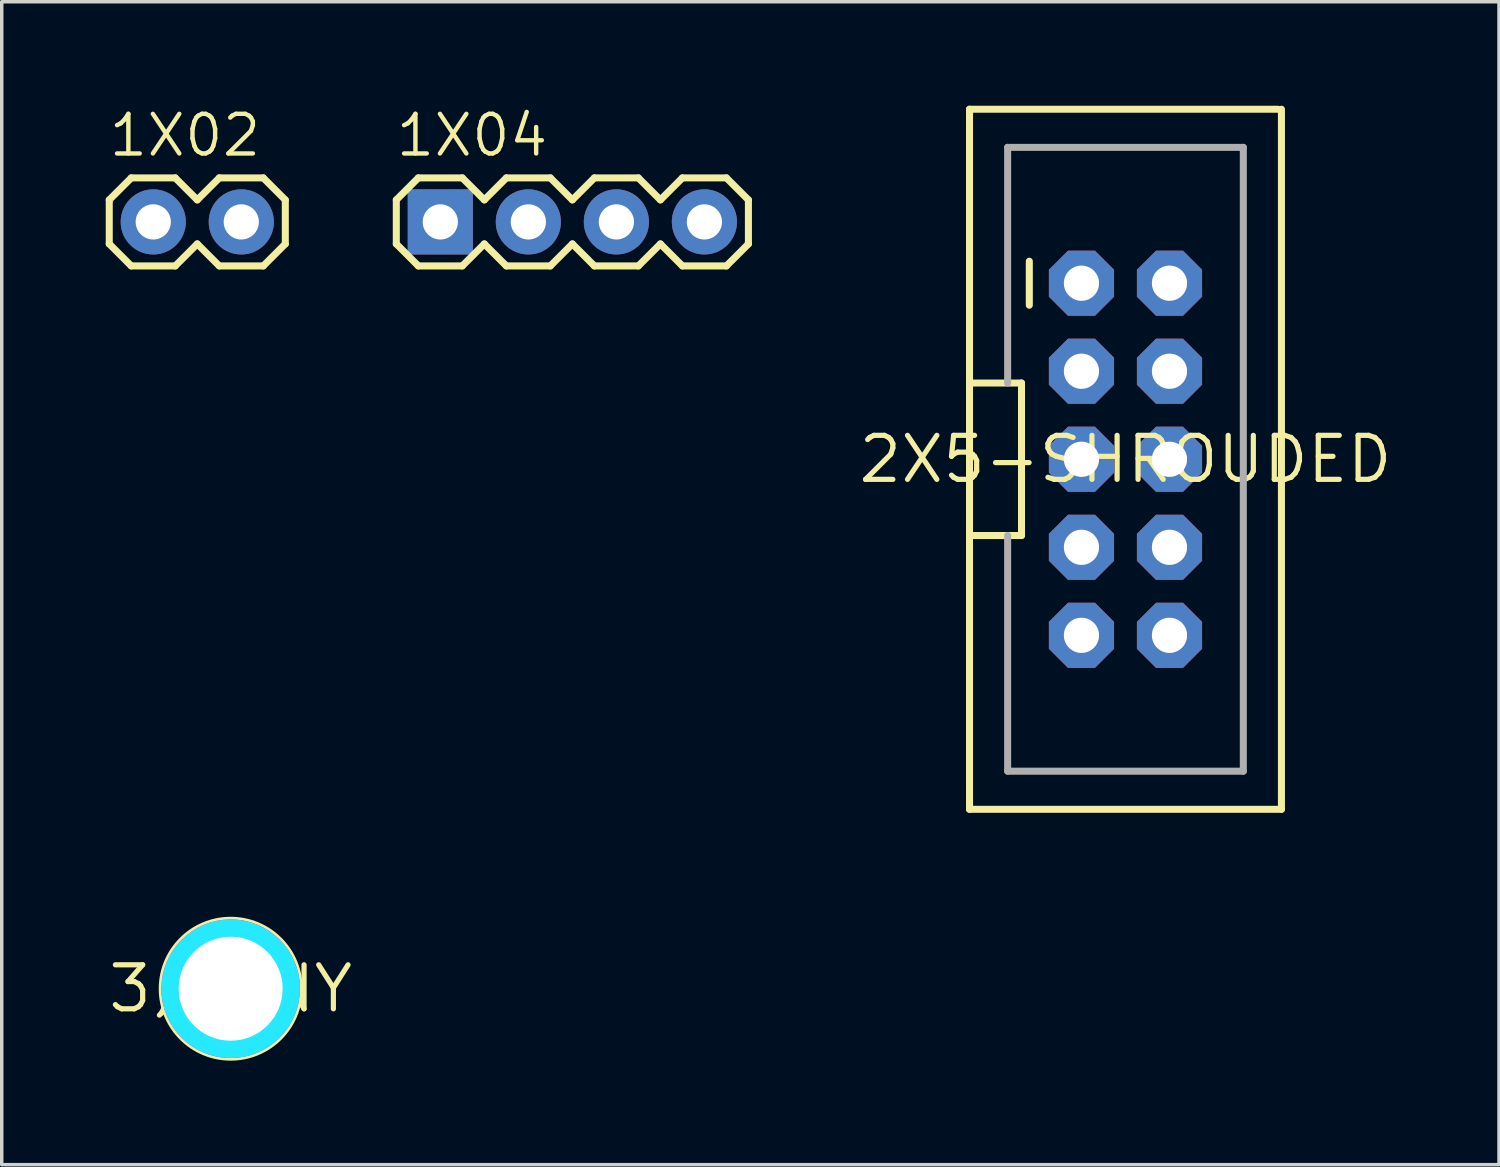
<source format=kicad_pcb>
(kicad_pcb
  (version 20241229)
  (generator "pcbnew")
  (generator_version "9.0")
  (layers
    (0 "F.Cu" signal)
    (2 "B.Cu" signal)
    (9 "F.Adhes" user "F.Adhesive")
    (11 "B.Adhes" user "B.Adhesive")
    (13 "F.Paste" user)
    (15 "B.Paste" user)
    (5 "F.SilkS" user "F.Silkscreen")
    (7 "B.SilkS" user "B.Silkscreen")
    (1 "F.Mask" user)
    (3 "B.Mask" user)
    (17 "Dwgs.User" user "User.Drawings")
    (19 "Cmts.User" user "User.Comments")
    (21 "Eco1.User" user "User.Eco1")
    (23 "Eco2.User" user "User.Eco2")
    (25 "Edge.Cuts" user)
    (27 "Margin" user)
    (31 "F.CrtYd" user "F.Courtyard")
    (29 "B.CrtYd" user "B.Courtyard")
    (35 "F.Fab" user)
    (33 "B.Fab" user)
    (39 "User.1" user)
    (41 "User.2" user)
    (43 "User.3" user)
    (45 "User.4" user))
  (footprint "1X04"
    (layer "F.Cu")
    (at 9.655 3.353)
    (property "Reference" "1X04" (at -1.346 -1.829 0) (layer "F.SilkS") (effects (font (size 1.143 1.143) (thickness 0.127)) (justify left bottom)))
    (fp_line (start -1.27 -0.635) (end -1.27 0.635) (stroke (width 0.203) (type solid)) (layer "F.SilkS"))
    (fp_line (start -1.27 0.635) (end -0.635 1.27) (stroke (width 0.203) (type solid)) (layer "F.SilkS"))
    (fp_line (start -0.635 -1.27) (end -1.27 -0.635) (stroke (width 0.203) (type solid)) (layer "F.SilkS"))
    (fp_line (start -0.635 -1.27) (end 0.635 -1.27) (stroke (width 0.203) (type solid)) (layer "F.SilkS"))
    (fp_line (start 0.635 -1.27) (end 1.27 -0.635) (stroke (width 0.203) (type solid)) (layer "F.SilkS"))
    (fp_line (start 0.635 1.27) (end -0.635 1.27) (stroke (width 0.203) (type solid)) (layer "F.SilkS"))
    (fp_line (start 1.27 -0.635) (end 1.905 -1.27) (stroke (width 0.203) (type solid)) (layer "F.SilkS"))
    (fp_line (start 1.27 0.635) (end 0.635 1.27) (stroke (width 0.203) (type solid)) (layer "F.SilkS"))
    (fp_line (start 1.905 -1.27) (end 3.175 -1.27) (stroke (width 0.203) (type solid)) (layer "F.SilkS"))
    (fp_line (start 1.905 1.27) (end 1.27 0.635) (stroke (width 0.203) (type solid)) (layer "F.SilkS"))
    (fp_line (start 3.175 -1.27) (end 3.81 -0.635) (stroke (width 0.203) (type solid)) (layer "F.SilkS"))
    (fp_line (start 3.175 1.27) (end 1.905 1.27) (stroke (width 0.203) (type solid)) (layer "F.SilkS"))
    (fp_line (start 3.81 -0.635) (end 4.445 -1.27) (stroke (width 0.203) (type solid)) (layer "F.SilkS"))
    (fp_line (start 3.81 0.635) (end 3.175 1.27) (stroke (width 0.203) (type solid)) (layer "F.SilkS"))
    (fp_line (start 4.445 -1.27) (end 5.715 -1.27) (stroke (width 0.203) (type solid)) (layer "F.SilkS"))
    (fp_line (start 4.445 1.27) (end 3.81 0.635) (stroke (width 0.203) (type solid)) (layer "F.SilkS"))
    (fp_line (start 5.715 -1.27) (end 6.35 -0.635) (stroke (width 0.203) (type solid)) (layer "F.SilkS"))
    (fp_line (start 5.715 1.27) (end 4.445 1.27) (stroke (width 0.203) (type solid)) (layer "F.SilkS"))
    (fp_line (start 6.35 0.635) (end 5.715 1.27) (stroke (width 0.203) (type solid)) (layer "F.SilkS"))
    (fp_line (start 6.35 0.635) (end 6.985 1.27) (stroke (width 0.203) (type solid)) (layer "F.SilkS"))
    (fp_line (start 6.985 -1.27) (end 6.35 -0.635) (stroke (width 0.203) (type solid)) (layer "F.SilkS"))
    (fp_line (start 6.985 -1.27) (end 8.255 -1.27) (stroke (width 0.203) (type solid)) (layer "F.SilkS"))
    (fp_line (start 8.255 -1.27) (end 8.89 -0.635) (stroke (width 0.203) (type solid)) (layer "F.SilkS"))
    (fp_line (start 8.255 1.27) (end 6.985 1.27) (stroke (width 0.203) (type solid)) (layer "F.SilkS"))
    (fp_line (start 8.89 -0.635) (end 8.89 0.635) (stroke (width 0.203) (type solid)) (layer "F.SilkS"))
    (fp_line (start 8.89 0.635) (end 8.255 1.27) (stroke (width 0.203) (type solid)) (layer "F.SilkS"))
    (fp_poly (pts (xy -0.254 0.254) (xy 0.254 0.254) (xy 0.254 -0.254) (xy -0.254 -0.254)) (stroke (width 0.1) (type solid)) (fill no) (layer "F.Fab"))
    (fp_poly (pts (xy 2.286 0.254) (xy 2.794 0.254) (xy 2.794 -0.254) (xy 2.286 -0.254)) (stroke (width 0.1) (type solid)) (fill no) (layer "F.Fab"))
    (fp_poly (pts (xy 4.826 0.254) (xy 5.334 0.254) (xy 5.334 -0.254) (xy 4.826 -0.254)) (stroke (width 0.1) (type solid)) (fill no) (layer "F.Fab"))
    (fp_poly (pts (xy 7.366 0.254) (xy 7.874 0.254) (xy 7.874 -0.254) (xy 7.366 -0.254)) (stroke (width 0.1) (type solid)) (fill no) (layer "F.Fab"))
    (pad "1" thru_hole rect (at 0 0 90) (size 1.88 1.88) (drill 1.016) (layers "*.Cu" "*.Mask"))
    (pad "2" thru_hole circle (at 2.54 0 90) (size 1.88 1.88) (drill 1.016) (layers "*.Cu" "*.Mask"))
    (pad "3" thru_hole circle (at 5.08 0 90) (size 1.88 1.88) (drill 1.016) (layers "*.Cu" "*.Mask"))
    (pad "4" thru_hole circle (at 7.62 0 90) (size 1.88 1.88) (drill 1.016) (layers "*.Cu" "*.Mask")))
  (footprint "3,0TINY"
    (layer "F.Cu")
    (at 3.606 25.479)
    (property "Reference" "3,0TINY" (at 0 0 0) (layer "F.SilkS") (effects (font (size 1.27 1.27) (thickness 0.15))))
    (fp_circle (center 0 0) (end 1.5 0) (stroke (width 0.203) (type solid)) (fill no) (layer "F.SilkS"))
    (fp_circle (center 0 0) (end 2 0) (stroke (width 0.152) (type solid)) (fill no) (layer "F.SilkS"))
    (fp_circle (center 0 0) (end 1 0) (stroke (width 2) (type solid)) (fill no) (layer "B.CrtYd"))
    (fp_circle (center 0 0) (end 1 0) (stroke (width 2) (type solid)) (fill no) (layer "F.CrtYd"))
    (fp_arc (start 0 -1.5) (mid 1.06066 -1.06066) (end 1.5 0) (stroke (width 1) (type solid)) (layer "F.Fab"))
    (fp_arc (start 0 1.5) (mid -1.06066 1.06066) (end -1.5 0) (stroke (width 1) (type solid)) (layer "F.Fab"))
    (fp_circle (center 0 0) (end 0.635 0) (stroke (width 0.457) (type solid)) (fill no) (layer "F.Fab"))
    (pad "" np_thru_hole circle (at 0 0) (size 3 3) (drill 3) (layers "*.Cu" "*.Mask"))
    (zone (net_name "") (layer "F.Cu") (hatch edge 0.508) (connect_pads) (min_thickness 0.254) (filled_areas_thickness no) (keepout (tracks not_allowed) (vias not_allowed) (pads not_allowed) (copperpour not_allowed) (footprints allowed)) (placement (enabled no)) (fill) (polygon (pts (xy 5.606 25.479) (xy 5.575 25.132) (xy 5.485 24.795) (xy 5.338 24.479) (xy 5.138 24.194) (xy 4.891 23.947) (xy 4.606 23.747) (xy 4.29 23.6) (xy 3.953 23.51) (xy 3.606 23.479) (xy 3.258 23.51) (xy 2.922 23.6) (xy 2.606 23.747) (xy 2.32 23.947) (xy 2.074 24.194) (xy 1.874 24.479) (xy 1.726 24.795) (xy 1.636 25.132) (xy 1.606 25.479) (xy 1.636 25.827) (xy 1.726 26.163) (xy 1.874 26.479) (xy 2.074 26.765) (xy 2.32 27.011) (xy 2.606 27.211) (xy 2.922 27.359) (xy 3.258 27.449) (xy 3.606 27.479) (xy 3.953 27.449) (xy 4.29 27.359) (xy 4.606 27.211) (xy 4.891 27.011) (xy 5.138 26.765) (xy 5.338 26.479) (xy 5.485 26.163) (xy 5.575 25.827))) (polygon (pts (xy 3.606 25.479))))
    (zone (net_name "") (layers "F.Cu" "B.Cu") (hatch edge 0.508) (connect_pads) (min_thickness 0.254) (filled_areas_thickness no) (keepout (tracks allowed) (vias not_allowed) (pads allowed) (copperpour allowed) (footprints allowed)) (placement (enabled no)) (fill) (polygon (pts (xy 5.606 25.479) (xy 5.575 25.132) (xy 5.485 24.795) (xy 5.338 24.479) (xy 5.138 24.194) (xy 4.891 23.947) (xy 4.606 23.747) (xy 4.29 23.6) (xy 3.953 23.51) (xy 3.606 23.479) (xy 3.258 23.51) (xy 2.922 23.6) (xy 2.606 23.747) (xy 2.32 23.947) (xy 2.074 24.194) (xy 1.874 24.479) (xy 1.726 24.795) (xy 1.636 25.132) (xy 1.606 25.479) (xy 1.636 25.827) (xy 1.726 26.163) (xy 1.874 26.479) (xy 2.074 26.765) (xy 2.32 27.011) (xy 2.606 27.211) (xy 2.922 27.359) (xy 3.258 27.449) (xy 3.606 27.479) (xy 3.953 27.449) (xy 4.29 27.359) (xy 4.606 27.211) (xy 4.891 27.011) (xy 5.138 26.765) (xy 5.338 26.479) (xy 5.485 26.163) (xy 5.575 25.827))) (polygon (pts (xy 3.606 25.479))))
    (zone (net_name "") (layer "B.Cu") (hatch edge 0.508) (connect_pads) (min_thickness 0.254) (filled_areas_thickness no) (keepout (tracks not_allowed) (vias not_allowed) (pads not_allowed) (copperpour not_allowed) (footprints allowed)) (placement (enabled no)) (fill) (polygon (pts (xy 5.606 25.479) (xy 5.575 25.132) (xy 5.485 24.795) (xy 5.338 24.479) (xy 5.138 24.194) (xy 4.891 23.947) (xy 4.606 23.747) (xy 4.29 23.6) (xy 3.953 23.51) (xy 3.606 23.479) (xy 3.258 23.51) (xy 2.922 23.6) (xy 2.606 23.747) (xy 2.32 23.947) (xy 2.074 24.194) (xy 1.874 24.479) (xy 1.726 24.795) (xy 1.636 25.132) (xy 1.606 25.479) (xy 1.636 25.827) (xy 1.726 26.163) (xy 1.874 26.479) (xy 2.074 26.765) (xy 2.32 27.011) (xy 2.606 27.211) (xy 2.922 27.359) (xy 3.258 27.449) (xy 3.606 27.479) (xy 3.953 27.449) (xy 4.29 27.359) (xy 4.606 27.211) (xy 4.891 27.011) (xy 5.138 26.765) (xy 5.338 26.479) (xy 5.485 26.163) (xy 5.575 25.827))) (polygon (pts (xy 3.606 25.479)))))
  (footprint "1X02"
    (layer "F.Cu")
    (at 1.372 3.353)
    (property "Reference" "1X02" (at -1.346 -1.829 0) (layer "F.SilkS") (effects (font (size 1.143 1.143) (thickness 0.127)) (justify left bottom)))
    (fp_line (start -1.27 -0.635) (end -1.27 0.635) (stroke (width 0.203) (type solid)) (layer "F.SilkS"))
    (fp_line (start -1.27 0.635) (end -0.635 1.27) (stroke (width 0.203) (type solid)) (layer "F.SilkS"))
    (fp_line (start -0.635 -1.27) (end -1.27 -0.635) (stroke (width 0.203) (type solid)) (layer "F.SilkS"))
    (fp_line (start -0.635 -1.27) (end 0.635 -1.27) (stroke (width 0.203) (type solid)) (layer "F.SilkS"))
    (fp_line (start 0.635 -1.27) (end 1.27 -0.635) (stroke (width 0.203) (type solid)) (layer "F.SilkS"))
    (fp_line (start 0.635 1.27) (end -0.635 1.27) (stroke (width 0.203) (type solid)) (layer "F.SilkS"))
    (fp_line (start 1.27 -0.635) (end 1.905 -1.27) (stroke (width 0.203) (type solid)) (layer "F.SilkS"))
    (fp_line (start 1.27 0.635) (end 0.635 1.27) (stroke (width 0.203) (type solid)) (layer "F.SilkS"))
    (fp_line (start 1.905 -1.27) (end 3.175 -1.27) (stroke (width 0.203) (type solid)) (layer "F.SilkS"))
    (fp_line (start 1.905 1.27) (end 1.27 0.635) (stroke (width 0.203) (type solid)) (layer "F.SilkS"))
    (fp_line (start 3.175 -1.27) (end 3.81 -0.635) (stroke (width 0.203) (type solid)) (layer "F.SilkS"))
    (fp_line (start 3.175 1.27) (end 1.905 1.27) (stroke (width 0.203) (type solid)) (layer "F.SilkS"))
    (fp_line (start 3.81 -0.635) (end 3.81 0.635) (stroke (width 0.203) (type solid)) (layer "F.SilkS"))
    (fp_line (start 3.81 0.635) (end 3.175 1.27) (stroke (width 0.203) (type solid)) (layer "F.SilkS"))
    (fp_poly (pts (xy -0.254 0.254) (xy 0.254 0.254) (xy 0.254 -0.254) (xy -0.254 -0.254)) (stroke (width 0.1) (type solid)) (fill no) (layer "F.Fab"))
    (fp_poly (pts (xy 2.286 0.254) (xy 2.794 0.254) (xy 2.794 -0.254) (xy 2.286 -0.254)) (stroke (width 0.1) (type solid)) (fill no) (layer "F.Fab"))
    (pad "1" thru_hole circle (at 0 0 90) (size 1.88 1.88) (drill 1.016) (layers "*.Cu" "*.Mask"))
    (pad "2" thru_hole circle (at 2.54 0 90) (size 1.88 1.88) (drill 1.016) (layers "*.Cu" "*.Mask")))
  (footprint "2X5-SHROUDED"
    (layer "F.Cu")
    (at 29.425 10.202)
    (property "Reference" "2X5-SHROUDED" (at 0 0 0) (layer "F.SilkS") (effects (font (size 1.27 1.27) (thickness 0.15))))
    (fp_line (start -4.5 -10.1) (end 4.4 -10.1) (stroke (width 0.203) (type solid)) (layer "F.SilkS"))
    (fp_line (start -4.5 -2.2) (end -4.5 -10.1) (stroke (width 0.203) (type solid)) (layer "F.SilkS"))
    (fp_line (start -4.5 -2.2) (end -3 -2.2) (stroke (width 0.203) (type solid)) (layer "F.SilkS"))
    (fp_line (start -4.5 2.2) (end -4.5 -2.2) (stroke (width 0.203) (type solid)) (layer "F.SilkS"))
    (fp_line (start -4.5 10.1) (end -4.5 2.2) (stroke (width 0.203) (type solid)) (layer "F.SilkS"))
    (fp_line (start -3 -2.2) (end -3 2.2) (stroke (width 0.203) (type solid)) (layer "F.SilkS"))
    (fp_line (start -3 2.2) (end -4.5 2.2) (stroke (width 0.203) (type solid)) (layer "F.SilkS"))
    (fp_line (start -2.775 -5.715) (end -2.775 -4.445) (stroke (width 0.203) (type solid)) (layer "F.SilkS"))
    (fp_line (start 4.5 -10.1) (end 4.5 10.1) (stroke (width 0.203) (type solid)) (layer "F.SilkS"))
    (fp_line (start 4.5 10.1) (end -4.5 10.1) (stroke (width 0.203) (type solid)) (layer "F.SilkS"))
    (fp_line (start -3.4 -9) (end -3.4 -2.2) (stroke (width 0.203) (type solid)) (layer "F.Fab"))
    (fp_line (start -3.4 -9) (end 3.4 -9) (stroke (width 0.203) (type solid)) (layer "F.Fab"))
    (fp_line (start -3.4 9) (end -3.4 2.2) (stroke (width 0.203) (type solid)) (layer "F.Fab"))
    (fp_line (start -3.4 9) (end 3.4 9) (stroke (width 0.203) (type solid)) (layer "F.Fab"))
    (fp_line (start 3.4 -9) (end 3.4 9) (stroke (width 0.203) (type solid)) (layer "F.Fab"))
    (fp_poly (pts (xy -1.524 -4.826) (xy -1.016 -4.826) (xy -1.016 -5.334) (xy -1.524 -5.334)) (stroke (width 0.1) (type solid)) (fill no) (layer "F.Fab"))
    (fp_poly (pts (xy -1.524 -2.286) (xy -1.016 -2.286) (xy -1.016 -2.794) (xy -1.524 -2.794)) (stroke (width 0.1) (type solid)) (fill no) (layer "F.Fab"))
    (fp_poly (pts (xy -1.524 0.254) (xy -1.016 0.254) (xy -1.016 -0.254) (xy -1.524 -0.254)) (stroke (width 0.1) (type solid)) (fill no) (layer "F.Fab"))
    (fp_poly (pts (xy -1.524 2.794) (xy -1.016 2.794) (xy -1.016 2.286) (xy -1.524 2.286)) (stroke (width 0.1) (type solid)) (fill no) (layer "F.Fab"))
    (fp_poly (pts (xy -1.524 2.794) (xy -1.016 2.794) (xy -1.016 2.286) (xy -1.524 2.286)) (stroke (width 0.1) (type solid)) (fill no) (layer "F.Fab"))
    (fp_poly (pts (xy -1.524 5.334) (xy -1.016 5.334) (xy -1.016 4.826) (xy -1.524 4.826)) (stroke (width 0.1) (type solid)) (fill no) (layer "F.Fab"))
    (fp_poly (pts (xy 1.016 -4.826) (xy 1.524 -4.826) (xy 1.524 -5.334) (xy 1.016 -5.334)) (stroke (width 0.1) (type solid)) (fill no) (layer "F.Fab"))
    (fp_poly (pts (xy 1.016 -2.286) (xy 1.524 -2.286) (xy 1.524 -2.794) (xy 1.016 -2.794)) (stroke (width 0.1) (type solid)) (fill no) (layer "F.Fab"))
    (fp_poly (pts (xy 1.016 0.254) (xy 1.524 0.254) (xy 1.524 -0.254) (xy 1.016 -0.254)) (stroke (width 0.1) (type solid)) (fill no) (layer "F.Fab"))
    (fp_poly (pts (xy 1.016 2.794) (xy 1.524 2.794) (xy 1.524 2.286) (xy 1.016 2.286)) (stroke (width 0.1) (type solid)) (fill no) (layer "F.Fab"))
    (fp_poly (pts (xy 1.016 2.794) (xy 1.524 2.794) (xy 1.524 2.286) (xy 1.016 2.286)) (stroke (width 0.1) (type solid)) (fill no) (layer "F.Fab"))
    (fp_poly (pts (xy 1.016 5.334) (xy 1.524 5.334) (xy 1.524 4.826) (xy 1.016 4.826)) (stroke (width 0.1) (type solid)) (fill no) (layer "F.Fab"))
    (pad "1" thru_hole roundrect (at -1.27 -5.08 270) (size 1.88 1.88) (drill 1.016) (layers "*.Cu" "*.Mask") (roundrect_rratio 0.25) (chamfer_ratio 0.293) (chamfer top_left top_right bottom_left bottom_right))
    (pad "2" thru_hole roundrect (at 1.27 -5.08 270) (size 1.88 1.88) (drill 1.016) (layers "*.Cu" "*.Mask") (roundrect_rratio 0.25) (chamfer_ratio 0.293) (chamfer top_left top_right bottom_left bottom_right))
    (pad "3" thru_hole roundrect (at -1.27 -2.54 270) (size 1.88 1.88) (drill 1.016) (layers "*.Cu" "*.Mask") (roundrect_rratio 0.25) (chamfer_ratio 0.293) (chamfer top_left top_right bottom_left bottom_right))
    (pad "4" thru_hole roundrect (at 1.27 -2.54 270) (size 1.88 1.88) (drill 1.016) (layers "*.Cu" "*.Mask") (roundrect_rratio 0.25) (chamfer_ratio 0.293) (chamfer top_left top_right bottom_left bottom_right))
    (pad "5" thru_hole roundrect (at -1.27 0 270) (size 1.88 1.88) (drill 1.016) (layers "*.Cu" "*.Mask") (roundrect_rratio 0.25) (chamfer_ratio 0.293) (chamfer top_left top_right bottom_left bottom_right))
    (pad "6" thru_hole roundrect (at 1.27 0 270) (size 1.88 1.88) (drill 1.016) (layers "*.Cu" "*.Mask") (roundrect_rratio 0.25) (chamfer_ratio 0.293) (chamfer top_left top_right bottom_left bottom_right))
    (pad "7" thru_hole roundrect (at -1.27 2.54 270) (size 1.88 1.88) (drill 1.016) (layers "*.Cu" "*.Mask") (roundrect_rratio 0.25) (chamfer_ratio 0.293) (chamfer top_left top_right bottom_left bottom_right))
    (pad "8" thru_hole roundrect (at 1.27 2.54 270) (size 1.88 1.88) (drill 1.016) (layers "*.Cu" "*.Mask") (roundrect_rratio 0.25) (chamfer_ratio 0.293) (chamfer top_left top_right bottom_left bottom_right))
    (pad "9" thru_hole roundrect (at -1.27 5.08 270) (size 1.88 1.88) (drill 1.016) (layers "*.Cu" "*.Mask") (roundrect_rratio 0.25) (chamfer_ratio 0.293) (chamfer top_left top_right bottom_left bottom_right))
    (pad "10" thru_hole roundrect (at 1.27 5.08 270) (size 1.88 1.88) (drill 1.016) (layers "*.Cu" "*.Mask") (roundrect_rratio 0.25) (chamfer_ratio 0.293) (chamfer top_left top_right bottom_left bottom_right)))
  (gr_rect
    (start -3 -3)
    (end 40.203 30.556)
    (stroke (width 0.1) (type default))
    (fill no)
    (layer "Edge.Cuts")))
</source>
